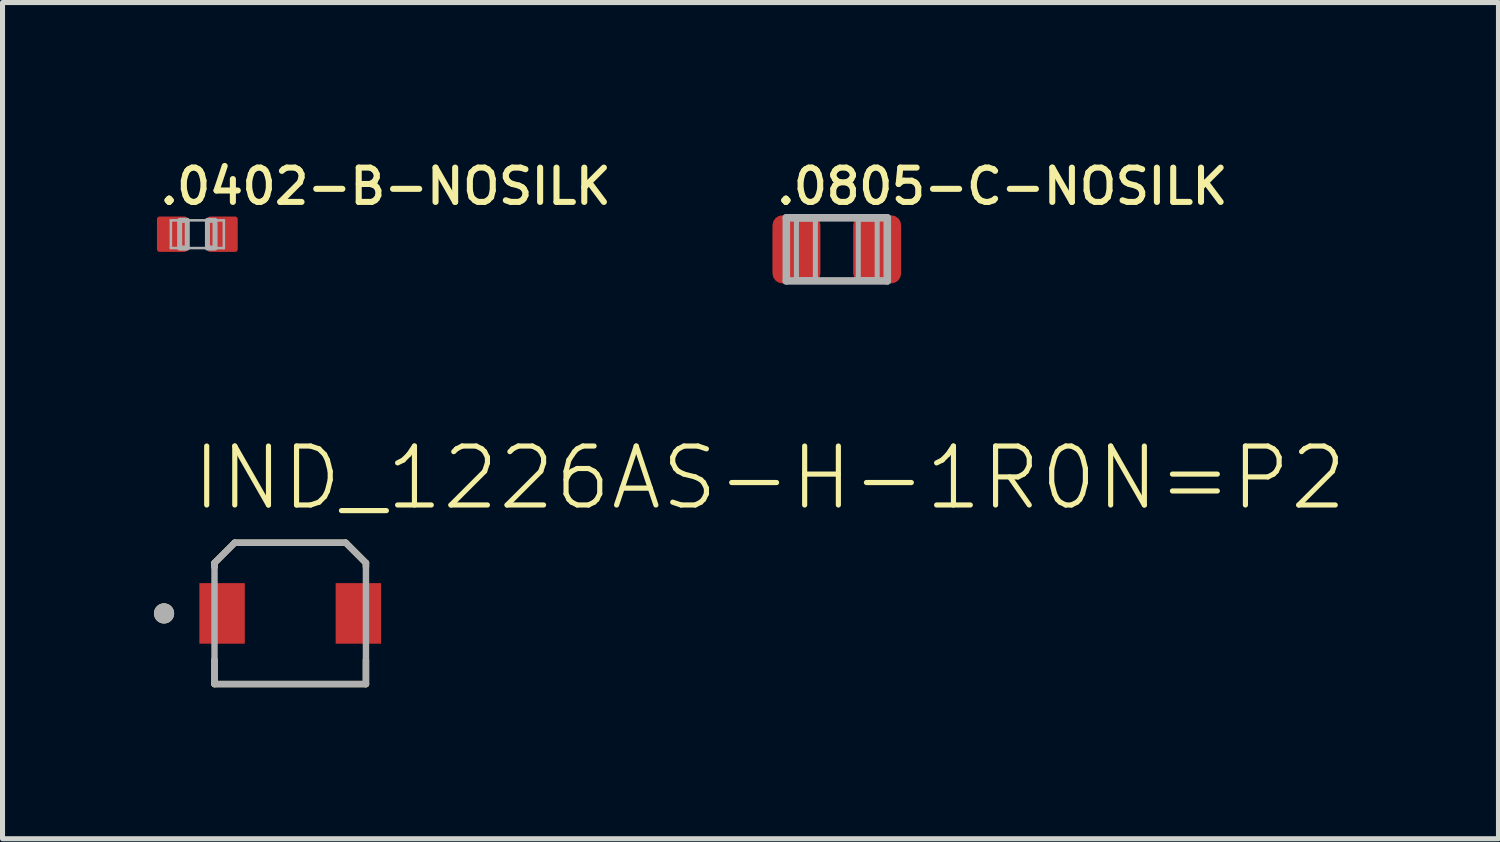
<source format=kicad_pcb>
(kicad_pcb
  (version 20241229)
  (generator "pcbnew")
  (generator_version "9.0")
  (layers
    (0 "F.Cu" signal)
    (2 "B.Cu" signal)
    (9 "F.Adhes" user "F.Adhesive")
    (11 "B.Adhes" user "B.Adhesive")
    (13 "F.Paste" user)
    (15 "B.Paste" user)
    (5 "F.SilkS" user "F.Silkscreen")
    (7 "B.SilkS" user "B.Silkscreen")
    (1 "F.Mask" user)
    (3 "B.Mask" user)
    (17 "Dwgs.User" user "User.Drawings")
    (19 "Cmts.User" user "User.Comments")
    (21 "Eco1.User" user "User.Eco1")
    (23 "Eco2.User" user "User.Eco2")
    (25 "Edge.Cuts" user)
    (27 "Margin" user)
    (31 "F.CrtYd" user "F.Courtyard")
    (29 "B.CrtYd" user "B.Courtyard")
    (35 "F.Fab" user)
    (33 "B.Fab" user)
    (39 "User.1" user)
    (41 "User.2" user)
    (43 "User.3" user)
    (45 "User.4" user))
  (footprint ".0402-B-NOSILK"
    (layer "F.Cu")
    (at 0.86 1.59)
    (property "Reference" ".0402-B-NOSILK" (at -0.8 -0.55 0) (layer "F.SilkS") (effects (font (size 0.68 0.68) (thickness 0.12)) (justify left bottom)))
    (fp_poly (pts (xy -0.86 0.41) (xy -0.14 0.41) (xy -0.14 -0.41) (xy -0.86 -0.41)) (stroke (width 0) (type default)) (fill yes) (layer "F.Mask"))
    (fp_poly (pts (xy 0.14 0.41) (xy 0.86 0.41) (xy 0.86 -0.41) (xy 0.14 -0.41)) (stroke (width 0) (type default)) (fill yes) (layer "F.Mask"))
    (fp_line (start -0.525 -0.275) (end 0.525 -0.275) (stroke (width 0.05) (type solid)) (layer "F.Fab"))
    (fp_line (start -0.525 0.275) (end -0.525 -0.275) (stroke (width 0.05) (type solid)) (layer "F.Fab"))
    (fp_line (start 0.525 -0.275) (end 0.525 0.275) (stroke (width 0.05) (type solid)) (layer "F.Fab"))
    (fp_line (start 0.525 0.275) (end -0.525 0.275) (stroke (width 0.05) (type solid)) (layer "F.Fab"))
    (fp_poly (pts (xy -0.35 0.275) (xy -0.2 0.275) (xy -0.2 -0.275) (xy -0.35 -0.275)) (stroke (width 0.1) (type default)) (fill no) (layer "F.Fab"))
    (fp_poly (pts (xy 0.2 0.275) (xy 0.35 0.275) (xy 0.35 -0.275) (xy 0.2 -0.275)) (stroke (width 0.1) (type default)) (fill no) (layer "F.Fab"))
    (pad "1" smd roundrect (at -0.5 0) (size 0.6 0.7) (layers "F.Cu" "F.Paste") (roundrect_rratio 0.085))
    (pad "2" smd roundrect (at 0.5 0) (size 0.6 0.7) (layers "F.Cu" "F.Paste") (roundrect_rratio 0.085)))
  (footprint "IND_1226AS-H-1R0N=P2"
    (layer "F.Cu")
    (at 2.7 9.103)
    (property "Reference" "IND_1226AS-H-1R0N=P2" (at -2 -2 0) (layer "F.SilkS") (effects (font (size 1.168 1.168) (thickness 0.102)) (justify left bottom)))
    (fp_line (start -1.5 -1) (end -1.1 -1.4) (stroke (width 0.127) (type solid)) (layer "F.SilkS"))
    (fp_line (start -1.5 -0.92) (end -1.5 -1) (stroke (width 0.127) (type solid)) (layer "F.SilkS"))
    (fp_line (start -1.5 1.4) (end -1.5 0.92) (stroke (width 0.127) (type solid)) (layer "F.SilkS"))
    (fp_line (start -1.1 -1.4) (end 1.1 -1.4) (stroke (width 0.127) (type solid)) (layer "F.SilkS"))
    (fp_line (start 1.1 -1.4) (end 1.5 -1) (stroke (width 0.127) (type solid)) (layer "F.SilkS"))
    (fp_line (start 1.5 -1) (end 1.5 -0.92) (stroke (width 0.127) (type solid)) (layer "F.SilkS"))
    (fp_line (start 1.5 0.92) (end 1.5 1.4) (stroke (width 0.127) (type solid)) (layer "F.SilkS"))
    (fp_line (start 1.5 1.4) (end -1.5 1.4) (stroke (width 0.127) (type solid)) (layer "F.SilkS"))
    (fp_circle (center -2.5 0) (end -2.4 0) (stroke (width 0.2) (type solid)) (fill no) (layer "F.SilkS"))
    (fp_line (start -1.5 -1) (end -1.1 -1.4) (stroke (width 0.127) (type solid)) (layer "F.Fab"))
    (fp_line (start -1.5 1.4) (end -1.5 -1) (stroke (width 0.127) (type solid)) (layer "F.Fab"))
    (fp_line (start -1.1 -1.4) (end 1.1 -1.4) (stroke (width 0.127) (type solid)) (layer "F.Fab"))
    (fp_line (start 1.1 -1.4) (end 1.5 -1) (stroke (width 0.127) (type solid)) (layer "F.Fab"))
    (fp_line (start 1.5 -1) (end 1.5 1.4) (stroke (width 0.127) (type solid)) (layer "F.Fab"))
    (fp_line (start 1.5 1.4) (end -1.5 1.4) (stroke (width 0.127) (type solid)) (layer "F.Fab"))
    (fp_circle (center -2.5 0) (end -2.4 0) (stroke (width 0.2) (type solid)) (fill no) (layer "F.Fab"))
    (pad "1" smd rect (at -1.35 0) (size 0.9 1.2) (layers "F.Cu" "F.Mask" "F.Paste"))
    (pad "2" smd rect (at 1.35 0) (size 0.9 1.2) (layers "F.Cu" "F.Mask" "F.Paste")))
  (footprint ".0805-C-NOSILK"
    (layer "F.Cu")
    (at 13.529 1.89)
    (property "Reference" ".0805-C-NOSILK" (at -1.25 -0.85 0) (layer "F.SilkS") (effects (font (size 0.68 0.68) (thickness 0.12)) (justify left bottom)))
    (fp_poly (pts (xy -0.26 0.74) (xy -1.34 0.74) (xy -1.34 -0.74) (xy -0.26 -0.74)) (stroke (width 0) (type default)) (fill yes) (layer "F.Mask"))
    (fp_poly (pts (xy 1.34 0.74) (xy 0.26 0.74) (xy 0.26 -0.74) (xy 1.34 -0.74)) (stroke (width 0) (type default)) (fill yes) (layer "F.Mask"))
    (fp_line (start -1 -0.625) (end 1 -0.625) (stroke (width 0.15) (type solid)) (layer "F.Fab"))
    (fp_line (start -1 0.625) (end -1 -0.625) (stroke (width 0.15) (type solid)) (layer "F.Fab"))
    (fp_line (start 1 -0.625) (end 1 0.625) (stroke (width 0.15) (type solid)) (layer "F.Fab"))
    (fp_line (start 1 0.625) (end -1 0.625) (stroke (width 0.15) (type solid)) (layer "F.Fab"))
    (fp_poly (pts (xy -0.8 0.6) (xy -0.425 0.6) (xy -0.425 -0.6) (xy -0.8 -0.6)) (stroke (width 0.1) (type default)) (fill no) (layer "F.Fab"))
    (fp_poly (pts (xy 0.425 0.6) (xy 0.8 0.6) (xy 0.8 -0.6) (xy 0.425 -0.6)) (stroke (width 0.1) (type default)) (fill no) (layer "F.Fab"))
    (pad "1" smd roundrect (at -0.8 0) (size 0.95 1.35) (layers "F.Cu" "F.Paste") (roundrect_rratio 0.21))
    (pad "2" smd roundrect (at 0.8 0) (size 0.95 1.35) (layers "F.Cu" "F.Paste") (roundrect_rratio 0.21)))
  (gr_rect
    (start -3 -3)
    (end 26.638 13.567)
    (stroke (width 0.1) (type default))
    (fill no)
    (layer "Edge.Cuts")))
</source>
